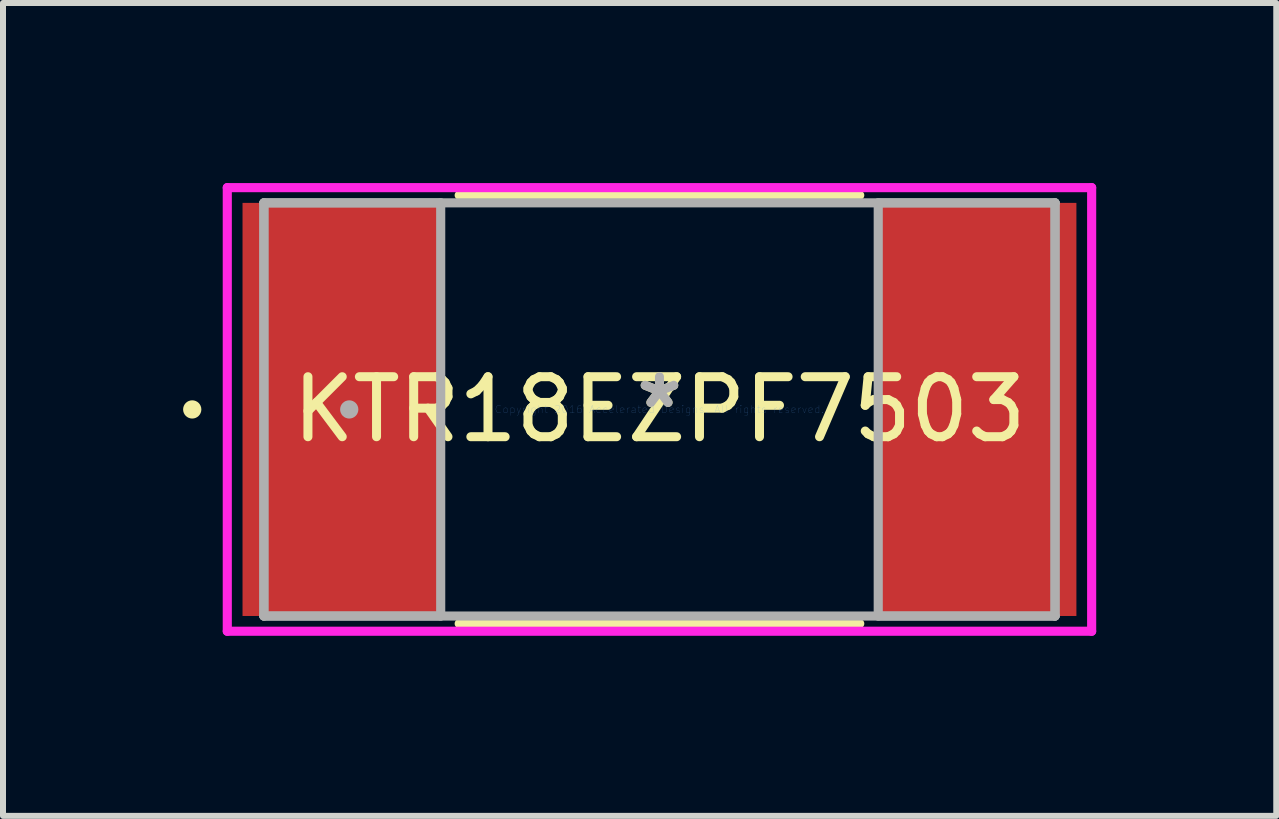
<source format=kicad_pcb>
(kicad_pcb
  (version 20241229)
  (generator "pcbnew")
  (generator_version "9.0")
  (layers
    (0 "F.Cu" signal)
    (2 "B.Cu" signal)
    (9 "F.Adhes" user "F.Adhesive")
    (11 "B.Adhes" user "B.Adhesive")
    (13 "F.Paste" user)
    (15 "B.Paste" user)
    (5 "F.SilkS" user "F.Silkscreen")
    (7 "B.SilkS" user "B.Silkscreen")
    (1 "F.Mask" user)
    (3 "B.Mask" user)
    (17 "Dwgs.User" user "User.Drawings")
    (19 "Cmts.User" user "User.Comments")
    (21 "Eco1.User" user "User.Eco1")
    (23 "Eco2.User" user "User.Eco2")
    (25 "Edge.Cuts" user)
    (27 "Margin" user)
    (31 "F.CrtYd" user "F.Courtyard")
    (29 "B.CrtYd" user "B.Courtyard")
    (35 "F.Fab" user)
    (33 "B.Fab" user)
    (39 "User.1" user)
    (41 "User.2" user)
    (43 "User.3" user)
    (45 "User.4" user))
  (footprint "KTR18EZPF7503"
    (layer "F.Cu")
    (at 7.938 3.772)
    (property "Reference" "KTR18EZPF7503" (at 0 0 0) (layer "F.SilkS") (effects (font (size 1 1) (thickness 0.15))))
    (attr through_hole)
    (fp_line (start -3.337 3.569) (end 3.337 3.569) (stroke (width 0.152) (type solid)) (layer "F.SilkS"))
    (fp_line (start 3.337 -3.569) (end -3.337 -3.569) (stroke (width 0.152) (type solid)) (layer "F.SilkS"))
    (fp_circle (center -7.785 0) (end -7.709 0) (stroke (width 0.152) (type solid)) (fill no) (layer "F.SilkS"))
    (fp_line (start -7.201 -3.696) (end 7.201 -3.696) (stroke (width 0.152) (type solid)) (layer "F.CrtYd"))
    (fp_line (start -7.201 3.696) (end -7.201 -3.696) (stroke (width 0.152) (type solid)) (layer "F.CrtYd"))
    (fp_line (start 7.201 -3.696) (end 7.201 3.696) (stroke (width 0.152) (type solid)) (layer "F.CrtYd"))
    (fp_line (start 7.201 3.696) (end -7.201 3.696) (stroke (width 0.152) (type solid)) (layer "F.CrtYd"))
    (fp_line (start -6.591 -3.442) (end -6.591 3.442) (stroke (width 0.152) (type solid)) (layer "F.Fab"))
    (fp_line (start -6.591 -3.442) (end -6.591 3.442) (stroke (width 0.152) (type solid)) (layer "F.Fab"))
    (fp_line (start -6.591 3.442) (end -3.645 3.442) (stroke (width 0.152) (type solid)) (layer "F.Fab"))
    (fp_line (start -6.591 3.442) (end 6.591 3.442) (stroke (width 0.152) (type solid)) (layer "F.Fab"))
    (fp_line (start -3.645 -3.442) (end -6.591 -3.442) (stroke (width 0.152) (type solid)) (layer "F.Fab"))
    (fp_line (start -3.645 3.442) (end -3.645 -3.442) (stroke (width 0.152) (type solid)) (layer "F.Fab"))
    (fp_line (start 3.645 -3.442) (end 3.645 3.442) (stroke (width 0.152) (type solid)) (layer "F.Fab"))
    (fp_line (start 3.645 3.442) (end 6.591 3.442) (stroke (width 0.152) (type solid)) (layer "F.Fab"))
    (fp_line (start 6.591 -3.442) (end -6.591 -3.442) (stroke (width 0.152) (type solid)) (layer "F.Fab"))
    (fp_line (start 6.591 -3.442) (end 3.645 -3.442) (stroke (width 0.152) (type solid)) (layer "F.Fab"))
    (fp_line (start 6.591 3.442) (end 6.591 -3.442) (stroke (width 0.152) (type solid)) (layer "F.Fab"))
    (fp_line (start 6.591 3.442) (end 6.591 -3.442) (stroke (width 0.152) (type solid)) (layer "F.Fab"))
    (fp_circle (center -5.169 0) (end -5.093 0) (stroke (width 0.152) (type solid)) (fill no) (layer "F.Fab"))
    (fp_text user "*" (at 0 0 0) (layer "F.SilkS") (effects (font (size 1 1) (thickness 0.15))))
    (fp_text user "Copyright 2016 Accelerated Designs. All rights reserved." (at 0 0 0) (layer "Cmts.User") (effects (font (size 0.127 0.127) (thickness 0.002))))
    (fp_text user "*" (at 0 0 0) (layer "F.Fab") (effects (font (size 1 1) (thickness 0.15))))
    (pad "1" smd rect (at -5.296 0) (size 3.302 6.883) (layers "F.Cu" "F.Mask" "F.Paste"))
    (pad "2" smd rect (at 5.296 0) (size 3.302 6.883) (layers "F.Cu" "F.Mask" "F.Paste")))
  (gr_rect
    (start -3 -3)
    (end 18.215 10.544)
    (stroke (width 0.1) (type default))
    (fill no)
    (layer "Edge.Cuts")))
</source>
